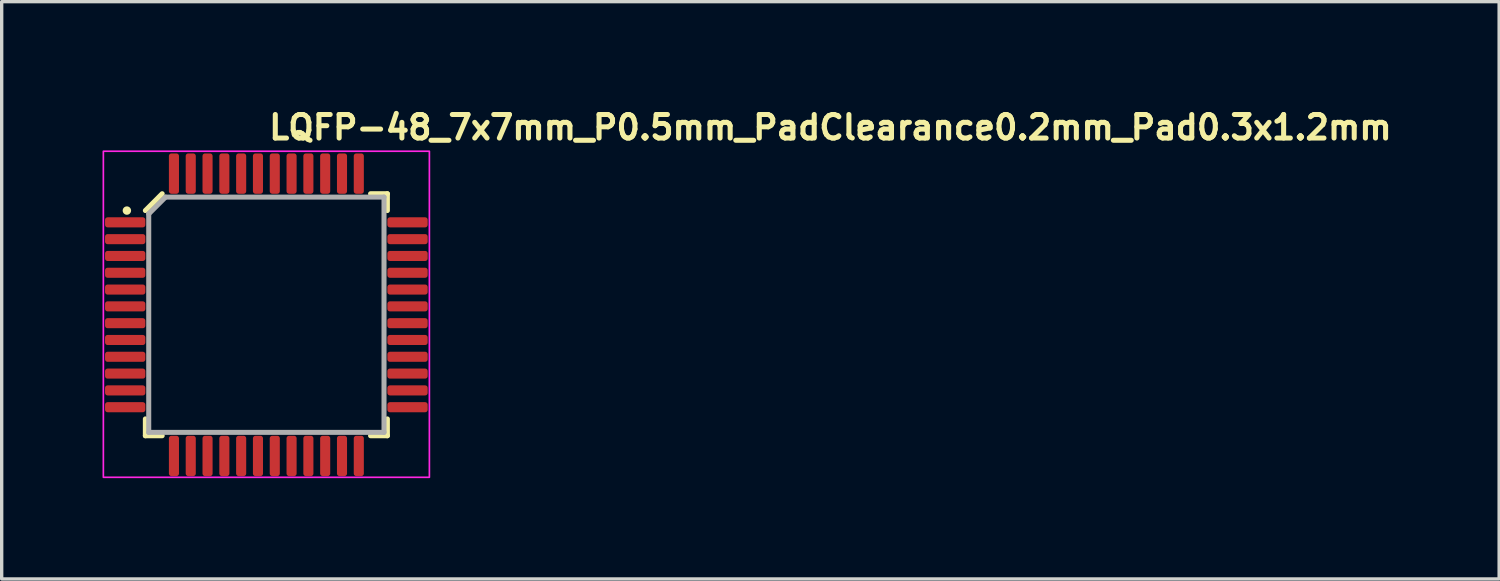
<source format=kicad_pcb>
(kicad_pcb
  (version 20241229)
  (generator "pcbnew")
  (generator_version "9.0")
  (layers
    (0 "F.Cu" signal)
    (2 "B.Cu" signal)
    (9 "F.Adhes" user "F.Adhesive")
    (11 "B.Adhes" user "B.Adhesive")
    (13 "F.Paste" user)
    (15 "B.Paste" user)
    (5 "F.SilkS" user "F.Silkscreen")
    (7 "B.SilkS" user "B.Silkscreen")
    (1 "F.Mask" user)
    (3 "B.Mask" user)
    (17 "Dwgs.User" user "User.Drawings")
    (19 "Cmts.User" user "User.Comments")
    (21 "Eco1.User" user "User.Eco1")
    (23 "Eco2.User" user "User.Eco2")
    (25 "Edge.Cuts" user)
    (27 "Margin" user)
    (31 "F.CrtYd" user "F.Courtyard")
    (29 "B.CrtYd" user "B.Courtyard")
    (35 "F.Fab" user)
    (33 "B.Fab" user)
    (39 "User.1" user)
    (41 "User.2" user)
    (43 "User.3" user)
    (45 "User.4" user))
  (footprint "LQFP-48_7x7mm_P0.5mm_PadClearance0.2mm_Pad0.3x1.2mm"
    (layer "F.Cu")
    (at 4.875 6.25)
    (property "Reference" "LQFP-48_7x7mm_P0.5mm_PadClearance0.2mm_Pad0.3x1.2mm" (at 0 -5.1 0) (layer "F.SilkS") (effects (font (size 0.7 0.7) (thickness 0.15)) (justify left bottom)))
    (attr smd)
    (fp_line (start -3.6 3.164) (end -3.6 3.664) (stroke (width 0.15) (type solid)) (layer "F.SilkS"))
    (fp_line (start -3.6 3.664) (end -3.1 3.664) (stroke (width 0.15) (type solid)) (layer "F.SilkS"))
    (fp_line (start -3.1 -3.536) (end -3.6 -3.036) (stroke (width 0.15) (type solid)) (layer "F.SilkS"))
    (fp_line (start 3.1 -3.536) (end 3.6 -3.536) (stroke (width 0.15) (type solid)) (layer "F.SilkS"))
    (fp_line (start 3.6 -3.536) (end 3.6 -3.036) (stroke (width 0.15) (type solid)) (layer "F.SilkS"))
    (fp_line (start 3.6 3.164) (end 3.6 3.664) (stroke (width 0.15) (type solid)) (layer "F.SilkS"))
    (fp_line (start 3.6 3.664) (end 3.1 3.664) (stroke (width 0.15) (type solid)) (layer "F.SilkS"))
    (fp_circle (center -4.15 -3.035) (end -4.1 -3.035) (stroke (width 0.15) (type solid)) (fill yes) (layer "F.SilkS"))
    (fp_rect (start -4.85 -4.8) (end 4.85 4.9) (stroke (width 0.05) (type solid)) (fill no) (layer "F.CrtYd"))
    (fp_line (start -3.5 -2.936) (end -3.5 3.564) (stroke (width 0.15) (type solid)) (layer "F.Fab"))
    (fp_line (start -3.5 3.564) (end 3.5 3.564) (stroke (width 0.15) (type solid)) (layer "F.Fab"))
    (fp_line (start -3 -3.436) (end -3.5 -2.936) (stroke (width 0.15) (type solid)) (layer "F.Fab"))
    (fp_line (start -3 -3.436) (end 3.5 -3.436) (stroke (width 0.15) (type solid)) (layer "F.Fab"))
    (fp_line (start 3.5 -3.436) (end 3.5 3.564) (stroke (width 0.15) (type solid)) (layer "F.Fab"))
    (fp_rect (start -4.514 -4.436) (end 4.486 4.564) (stroke (width 0.1) (type solid)) (fill no) (layer "User.5"))
    (fp_line (start -4.514 -2.576) (end -4.514 -2.796) (stroke (width 0.02) (type solid)) (layer "User.9"))
    (fp_line (start -4.514 -2.576) (end -4.081 -2.576) (stroke (width 0.02) (type solid)) (layer "User.9"))
    (fp_line (start -4.514 -2.076) (end -4.514 -2.296) (stroke (width 0.02) (type solid)) (layer "User.9"))
    (fp_line (start -4.514 -2.076) (end -4.081 -2.076) (stroke (width 0.02) (type solid)) (layer "User.9"))
    (fp_line (start -4.514 -1.576) (end -4.514 -1.796) (stroke (width 0.02) (type solid)) (layer "User.9"))
    (fp_line (start -4.514 -1.576) (end -4.081 -1.576) (stroke (width 0.02) (type solid)) (layer "User.9"))
    (fp_line (start -4.514 -1.076) (end -4.514 -1.296) (stroke (width 0.02) (type solid)) (layer "User.9"))
    (fp_line (start -4.514 -1.076) (end -4.081 -1.076) (stroke (width 0.02) (type solid)) (layer "User.9"))
    (fp_line (start -4.514 -0.576) (end -4.514 -0.796) (stroke (width 0.02) (type solid)) (layer "User.9"))
    (fp_line (start -4.514 -0.576) (end -4.081 -0.576) (stroke (width 0.02) (type solid)) (layer "User.9"))
    (fp_line (start -4.514 -0.075) (end -4.514 -0.296) (stroke (width 0.02) (type solid)) (layer "User.9"))
    (fp_line (start -4.514 -0.075) (end -4.081 -0.075) (stroke (width 0.02) (type solid)) (layer "User.9"))
    (fp_line (start -4.514 0.424) (end -4.514 0.204) (stroke (width 0.02) (type solid)) (layer "User.9"))
    (fp_line (start -4.514 0.424) (end -4.081 0.424) (stroke (width 0.02) (type solid)) (layer "User.9"))
    (fp_line (start -4.514 0.924) (end -4.514 0.704) (stroke (width 0.02) (type solid)) (layer "User.9"))
    (fp_line (start -4.514 0.924) (end -4.081 0.924) (stroke (width 0.02) (type solid)) (layer "User.9"))
    (fp_line (start -4.514 1.424) (end -4.514 1.204) (stroke (width 0.02) (type solid)) (layer "User.9"))
    (fp_line (start -4.514 1.424) (end -4.081 1.424) (stroke (width 0.02) (type solid)) (layer "User.9"))
    (fp_line (start -4.514 1.924) (end -4.514 1.704) (stroke (width 0.02) (type solid)) (layer "User.9"))
    (fp_line (start -4.514 1.924) (end -4.081 1.924) (stroke (width 0.02) (type solid)) (layer "User.9"))
    (fp_line (start -4.514 2.424) (end -4.514 2.204) (stroke (width 0.02) (type solid)) (layer "User.9"))
    (fp_line (start -4.514 2.424) (end -4.081 2.424) (stroke (width 0.02) (type solid)) (layer "User.9"))
    (fp_line (start -4.514 2.924) (end -4.514 2.704) (stroke (width 0.02) (type solid)) (layer "User.9"))
    (fp_line (start -4.514 2.924) (end -4.081 2.924) (stroke (width 0.02) (type solid)) (layer "User.9"))
    (fp_line (start -4.085 -0.292) (end -4.08 -0.292) (stroke (width 0.02) (type solid)) (layer "User.9"))
    (fp_line (start -4.081 -2.796) (end -4.514 -2.796) (stroke (width 0.02) (type solid)) (layer "User.9"))
    (fp_line (start -4.081 -2.796) (end -4.081 -2.576) (stroke (width 0.02) (type solid)) (layer "User.9"))
    (fp_line (start -4.081 -2.576) (end -3.832 -2.576) (stroke (width 0.02) (type solid)) (layer "User.9"))
    (fp_line (start -4.081 -2.296) (end -4.514 -2.296) (stroke (width 0.02) (type solid)) (layer "User.9"))
    (fp_line (start -4.081 -2.296) (end -4.081 -2.076) (stroke (width 0.02) (type solid)) (layer "User.9"))
    (fp_line (start -4.081 -2.076) (end -3.832 -2.076) (stroke (width 0.02) (type solid)) (layer "User.9"))
    (fp_line (start -4.081 -1.796) (end -4.514 -1.796) (stroke (width 0.02) (type solid)) (layer "User.9"))
    (fp_line (start -4.081 -1.796) (end -4.081 -1.576) (stroke (width 0.02) (type solid)) (layer "User.9"))
    (fp_line (start -4.081 -1.576) (end -3.832 -1.576) (stroke (width 0.02) (type solid)) (layer "User.9"))
    (fp_line (start -4.081 -1.296) (end -4.514 -1.296) (stroke (width 0.02) (type solid)) (layer "User.9"))
    (fp_line (start -4.081 -1.296) (end -4.081 -1.076) (stroke (width 0.02) (type solid)) (layer "User.9"))
    (fp_line (start -4.081 -1.076) (end -3.832 -1.076) (stroke (width 0.02) (type solid)) (layer "User.9"))
    (fp_line (start -4.081 -0.796) (end -4.514 -0.796) (stroke (width 0.02) (type solid)) (layer "User.9"))
    (fp_line (start -4.081 -0.796) (end -4.081 -0.576) (stroke (width 0.02) (type solid)) (layer "User.9"))
    (fp_line (start -4.081 -0.576) (end -3.832 -0.576) (stroke (width 0.02) (type solid)) (layer "User.9"))
    (fp_line (start -4.081 -0.296) (end -4.514 -0.296) (stroke (width 0.02) (type solid)) (layer "User.9"))
    (fp_line (start -4.081 -0.296) (end -4.081 -0.292) (stroke (width 0.02) (type solid)) (layer "User.9"))
    (fp_line (start -4.081 -0.079) (end -4.081 -0.075) (stroke (width 0.02) (type solid)) (layer "User.9"))
    (fp_line (start -4.081 -0.075) (end -3.832 -0.075) (stroke (width 0.02) (type solid)) (layer "User.9"))
    (fp_line (start -4.081 0.204) (end -4.514 0.204) (stroke (width 0.02) (type solid)) (layer "User.9"))
    (fp_line (start -4.081 0.204) (end -4.081 0.424) (stroke (width 0.02) (type solid)) (layer "User.9"))
    (fp_line (start -4.081 0.424) (end -3.832 0.424) (stroke (width 0.02) (type solid)) (layer "User.9"))
    (fp_line (start -4.081 0.704) (end -4.514 0.704) (stroke (width 0.02) (type solid)) (layer "User.9"))
    (fp_line (start -4.081 0.704) (end -4.081 0.924) (stroke (width 0.02) (type solid)) (layer "User.9"))
    (fp_line (start -4.081 0.924) (end -3.832 0.924) (stroke (width 0.02) (type solid)) (layer "User.9"))
    (fp_line (start -4.081 1.204) (end -4.514 1.204) (stroke (width 0.02) (type solid)) (layer "User.9"))
    (fp_line (start -4.081 1.204) (end -4.081 1.424) (stroke (width 0.02) (type solid)) (layer "User.9"))
    (fp_line (start -4.081 1.424) (end -3.832 1.424) (stroke (width 0.02) (type solid)) (layer "User.9"))
    (fp_line (start -4.081 1.704) (end -4.514 1.704) (stroke (width 0.02) (type solid)) (layer "User.9"))
    (fp_line (start -4.081 1.704) (end -4.081 1.924) (stroke (width 0.02) (type solid)) (layer "User.9"))
    (fp_line (start -4.081 1.924) (end -3.832 1.924) (stroke (width 0.02) (type solid)) (layer "User.9"))
    (fp_line (start -4.081 2.204) (end -4.514 2.204) (stroke (width 0.02) (type solid)) (layer "User.9"))
    (fp_line (start -4.081 2.204) (end -4.081 2.424) (stroke (width 0.02) (type solid)) (layer "User.9"))
    (fp_line (start -4.081 2.424) (end -3.832 2.424) (stroke (width 0.02) (type solid)) (layer "User.9"))
    (fp_line (start -4.081 2.704) (end -4.514 2.704) (stroke (width 0.02) (type solid)) (layer "User.9"))
    (fp_line (start -4.081 2.704) (end -4.081 2.924) (stroke (width 0.02) (type solid)) (layer "User.9"))
    (fp_line (start -4.081 2.924) (end -3.832 2.924) (stroke (width 0.02) (type solid)) (layer "User.9"))
    (fp_line (start -4.08 -0.079) (end -4.085 -0.079) (stroke (width 0.02) (type solid)) (layer "User.9"))
    (fp_line (start -3.832 -2.796) (end -4.081 -2.796) (stroke (width 0.02) (type solid)) (layer "User.9"))
    (fp_line (start -3.832 -2.576) (end -3.647 -2.576) (stroke (width 0.02) (type solid)) (layer "User.9"))
    (fp_line (start -3.832 -2.296) (end -4.081 -2.296) (stroke (width 0.02) (type solid)) (layer "User.9"))
    (fp_line (start -3.832 -2.076) (end -3.647 -2.076) (stroke (width 0.02) (type solid)) (layer "User.9"))
    (fp_line (start -3.832 -1.796) (end -4.081 -1.796) (stroke (width 0.02) (type solid)) (layer "User.9"))
    (fp_line (start -3.832 -1.576) (end -3.647 -1.576) (stroke (width 0.02) (type solid)) (layer "User.9"))
    (fp_line (start -3.832 -1.296) (end -4.081 -1.296) (stroke (width 0.02) (type solid)) (layer "User.9"))
    (fp_line (start -3.832 -1.076) (end -3.647 -1.076) (stroke (width 0.02) (type solid)) (layer "User.9"))
    (fp_line (start -3.832 -0.796) (end -4.081 -0.796) (stroke (width 0.02) (type solid)) (layer "User.9"))
    (fp_line (start -3.832 -0.576) (end -3.647 -0.576) (stroke (width 0.02) (type solid)) (layer "User.9"))
    (fp_line (start -3.832 -0.296) (end -4.081 -0.296) (stroke (width 0.02) (type solid)) (layer "User.9"))
    (fp_line (start -3.832 -0.075) (end -3.647 -0.075) (stroke (width 0.02) (type solid)) (layer "User.9"))
    (fp_line (start -3.832 0.204) (end -4.081 0.204) (stroke (width 0.02) (type solid)) (layer "User.9"))
    (fp_line (start -3.832 0.424) (end -3.647 0.424) (stroke (width 0.02) (type solid)) (layer "User.9"))
    (fp_line (start -3.832 0.704) (end -4.081 0.704) (stroke (width 0.02) (type solid)) (layer "User.9"))
    (fp_line (start -3.832 0.924) (end -3.647 0.924) (stroke (width 0.02) (type solid)) (layer "User.9"))
    (fp_line (start -3.832 1.204) (end -4.081 1.204) (stroke (width 0.02) (type solid)) (layer "User.9"))
    (fp_line (start -3.832 1.424) (end -3.647 1.424) (stroke (width 0.02) (type solid)) (layer "User.9"))
    (fp_line (start -3.832 1.704) (end -4.081 1.704) (stroke (width 0.02) (type solid)) (layer "User.9"))
    (fp_line (start -3.832 1.924) (end -3.647 1.924) (stroke (width 0.02) (type solid)) (layer "User.9"))
    (fp_line (start -3.832 2.204) (end -4.081 2.204) (stroke (width 0.02) (type solid)) (layer "User.9"))
    (fp_line (start -3.832 2.424) (end -3.647 2.424) (stroke (width 0.02) (type solid)) (layer "User.9"))
    (fp_line (start -3.832 2.704) (end -4.081 2.704) (stroke (width 0.02) (type solid)) (layer "User.9"))
    (fp_line (start -3.832 2.924) (end -3.647 2.924) (stroke (width 0.02) (type solid)) (layer "User.9"))
    (fp_line (start -3.647 -2.796) (end -3.832 -2.796) (stroke (width 0.02) (type solid)) (layer "User.9"))
    (fp_line (start -3.647 -2.576) (end -3.514 -2.576) (stroke (width 0.02) (type solid)) (layer "User.9"))
    (fp_line (start -3.647 -2.296) (end -3.832 -2.296) (stroke (width 0.02) (type solid)) (layer "User.9"))
    (fp_line (start -3.647 -2.076) (end -3.514 -2.076) (stroke (width 0.02) (type solid)) (layer "User.9"))
    (fp_line (start -3.647 -1.796) (end -3.832 -1.796) (stroke (width 0.02) (type solid)) (layer "User.9"))
    (fp_line (start -3.647 -1.576) (end -3.514 -1.576) (stroke (width 0.02) (type solid)) (layer "User.9"))
    (fp_line (start -3.647 -1.296) (end -3.832 -1.296) (stroke (width 0.02) (type solid)) (layer "User.9"))
    (fp_line (start -3.647 -1.076) (end -3.514 -1.076) (stroke (width 0.02) (type solid)) (layer "User.9"))
    (fp_line (start -3.647 -0.796) (end -3.832 -0.796) (stroke (width 0.02) (type solid)) (layer "User.9"))
    (fp_line (start -3.647 -0.576) (end -3.514 -0.576) (stroke (width 0.02) (type solid)) (layer "User.9"))
    (fp_line (start -3.647 -0.296) (end -3.832 -0.296) (stroke (width 0.02) (type solid)) (layer "User.9"))
    (fp_line (start -3.647 -0.075) (end -3.514 -0.075) (stroke (width 0.02) (type solid)) (layer "User.9"))
    (fp_line (start -3.647 0.204) (end -3.832 0.204) (stroke (width 0.02) (type solid)) (layer "User.9"))
    (fp_line (start -3.647 0.424) (end -3.514 0.424) (stroke (width 0.02) (type solid)) (layer "User.9"))
    (fp_line (start -3.647 0.704) (end -3.832 0.704) (stroke (width 0.02) (type solid)) (layer "User.9"))
    (fp_line (start -3.647 0.924) (end -3.514 0.924) (stroke (width 0.02) (type solid)) (layer "User.9"))
    (fp_line (start -3.647 1.204) (end -3.832 1.204) (stroke (width 0.02) (type solid)) (layer "User.9"))
    (fp_line (start -3.647 1.424) (end -3.514 1.424) (stroke (width 0.02) (type solid)) (layer "User.9"))
    (fp_line (start -3.647 1.704) (end -3.832 1.704) (stroke (width 0.02) (type solid)) (layer "User.9"))
    (fp_line (start -3.647 1.924) (end -3.514 1.924) (stroke (width 0.02) (type solid)) (layer "User.9"))
    (fp_line (start -3.647 2.204) (end -3.832 2.204) (stroke (width 0.02) (type solid)) (layer "User.9"))
    (fp_line (start -3.647 2.424) (end -3.514 2.424) (stroke (width 0.02) (type solid)) (layer "User.9"))
    (fp_line (start -3.647 2.704) (end -3.832 2.704) (stroke (width 0.02) (type solid)) (layer "User.9"))
    (fp_line (start -3.647 2.924) (end -3.514 2.924) (stroke (width 0.02) (type solid)) (layer "User.9"))
    (fp_line (start -3.514 -3.036) (end -3.514 3.564) (stroke (width 0.02) (type solid)) (layer "User.9"))
    (fp_line (start -3.514 -3.036) (end -3.114 -3.436) (stroke (width 0.02) (type solid)) (layer "User.9"))
    (fp_line (start -3.514 -2.796) (end -3.647 -2.796) (stroke (width 0.02) (type solid)) (layer "User.9"))
    (fp_line (start -3.514 -2.296) (end -3.647 -2.296) (stroke (width 0.02) (type solid)) (layer "User.9"))
    (fp_line (start -3.514 -1.796) (end -3.647 -1.796) (stroke (width 0.02) (type solid)) (layer "User.9"))
    (fp_line (start -3.514 -1.296) (end -3.647 -1.296) (stroke (width 0.02) (type solid)) (layer "User.9"))
    (fp_line (start -3.514 -0.796) (end -3.647 -0.796) (stroke (width 0.02) (type solid)) (layer "User.9"))
    (fp_line (start -3.514 -0.296) (end -3.647 -0.296) (stroke (width 0.02) (type solid)) (layer "User.9"))
    (fp_line (start -3.514 0.204) (end -3.647 0.204) (stroke (width 0.02) (type solid)) (layer "User.9"))
    (fp_line (start -3.514 0.704) (end -3.647 0.704) (stroke (width 0.02) (type solid)) (layer "User.9"))
    (fp_line (start -3.514 1.204) (end -3.647 1.204) (stroke (width 0.02) (type solid)) (layer "User.9"))
    (fp_line (start -3.514 1.704) (end -3.647 1.704) (stroke (width 0.02) (type solid)) (layer "User.9"))
    (fp_line (start -3.514 2.204) (end -3.647 2.204) (stroke (width 0.02) (type solid)) (layer "User.9"))
    (fp_line (start -3.514 2.704) (end -3.647 2.704) (stroke (width 0.02) (type solid)) (layer "User.9"))
    (fp_line (start -3.514 3.564) (end 3.486 3.564) (stroke (width 0.02) (type solid)) (layer "User.9"))
    (fp_line (start -3.339 -2.963) (end -3.514 -3.036) (stroke (width 0.02) (type solid)) (layer "User.9"))
    (fp_line (start -3.339 3.389) (end -3.514 3.564) (stroke (width 0.02) (type solid)) (layer "User.9"))
    (fp_line (start -3.339 3.389) (end -3.339 -2.963) (stroke (width 0.02) (type solid)) (layer "User.9"))
    (fp_line (start -3.114 -3.436) (end -3.041 -3.26) (stroke (width 0.02) (type solid)) (layer "User.9"))
    (fp_line (start -3.041 -3.26) (end -3.339 -2.963) (stroke (width 0.02) (type solid)) (layer "User.9"))
    (fp_line (start -3.041 -3.26) (end 3.311 -3.26) (stroke (width 0.02) (type solid)) (layer "User.9"))
    (fp_line (start -2.964 -2.636) (end -2.963 -2.652) (stroke (width 0.02) (type solid)) (layer "User.9"))
    (fp_line (start -2.964 -2.627) (end -2.964 -2.636) (stroke (width 0.02) (type solid)) (layer "User.9"))
    (fp_line (start -2.963 -2.652) (end -2.962 -2.669) (stroke (width 0.02) (type solid)) (layer "User.9"))
    (fp_line (start -2.963 -2.619) (end -2.964 -2.627) (stroke (width 0.02) (type solid)) (layer "User.9"))
    (fp_line (start -2.963 -2.611) (end -2.963 -2.619) (stroke (width 0.02) (type solid)) (layer "User.9"))
    (fp_line (start -2.962 -2.669) (end -2.959 -2.685) (stroke (width 0.02) (type solid)) (layer "User.9"))
    (fp_line (start -2.962 -2.602) (end -2.963 -2.611) (stroke (width 0.02) (type solid)) (layer "User.9"))
    (fp_line (start -2.961 -2.594) (end -2.962 -2.602) (stroke (width 0.02) (type solid)) (layer "User.9"))
    (fp_line (start -2.959 -2.685) (end -2.955 -2.701) (stroke (width 0.02) (type solid)) (layer "User.9"))
    (fp_line (start -2.959 -2.586) (end -2.961 -2.594) (stroke (width 0.02) (type solid)) (layer "User.9"))
    (fp_line (start -2.957 -2.578) (end -2.959 -2.586) (stroke (width 0.02) (type solid)) (layer "User.9"))
    (fp_line (start -2.955 -2.701) (end -2.951 -2.716) (stroke (width 0.02) (type solid)) (layer "User.9"))
    (fp_line (start -2.955 -2.57) (end -2.957 -2.578) (stroke (width 0.02) (type solid)) (layer "User.9"))
    (fp_line (start -2.953 -2.562) (end -2.955 -2.57) (stroke (width 0.02) (type solid)) (layer "User.9"))
    (fp_line (start -2.951 -2.716) (end -2.945 -2.731) (stroke (width 0.02) (type solid)) (layer "User.9"))
    (fp_line (start -2.951 -2.555) (end -2.953 -2.562) (stroke (width 0.02) (type solid)) (layer "User.9"))
    (fp_line (start -2.948 -2.547) (end -2.951 -2.555) (stroke (width 0.02) (type solid)) (layer "User.9"))
    (fp_line (start -2.945 -2.731) (end -2.938 -2.746) (stroke (width 0.02) (type solid)) (layer "User.9"))
    (fp_line (start -2.945 -2.54) (end -2.948 -2.547) (stroke (width 0.02) (type solid)) (layer "User.9"))
    (fp_line (start -2.942 -2.532) (end -2.945 -2.54) (stroke (width 0.02) (type solid)) (layer "User.9"))
    (fp_line (start -2.938 -2.746) (end -2.931 -2.76) (stroke (width 0.02) (type solid)) (layer "User.9"))
    (fp_line (start -2.938 -2.525) (end -2.942 -2.532) (stroke (width 0.02) (type solid)) (layer "User.9"))
    (fp_line (start -2.934 -2.518) (end -2.938 -2.525) (stroke (width 0.02) (type solid)) (layer "User.9"))
    (fp_line (start -2.931 -2.76) (end -2.922 -2.774) (stroke (width 0.02) (type solid)) (layer "User.9"))
    (fp_line (start -2.931 -2.51) (end -2.934 -2.518) (stroke (width 0.02) (type solid)) (layer "User.9"))
    (fp_line (start -2.926 -2.504) (end -2.931 -2.51) (stroke (width 0.02) (type solid)) (layer "User.9"))
    (fp_line (start -2.922 -2.774) (end -2.913 -2.787) (stroke (width 0.02) (type solid)) (layer "User.9"))
    (fp_line (start -2.922 -2.497) (end -2.926 -2.504) (stroke (width 0.02) (type solid)) (layer "User.9"))
    (fp_line (start -2.917 -2.49) (end -2.922 -2.497) (stroke (width 0.02) (type solid)) (layer "User.9"))
    (fp_line (start -2.913 -2.787) (end -2.902 -2.8) (stroke (width 0.02) (type solid)) (layer "User.9"))
    (fp_line (start -2.913 -2.484) (end -2.917 -2.49) (stroke (width 0.02) (type solid)) (layer "User.9"))
    (fp_line (start -2.908 -2.477) (end -2.913 -2.484) (stroke (width 0.02) (type solid)) (layer "User.9"))
    (fp_line (start -2.902 -2.8) (end -2.891 -2.812) (stroke (width 0.02) (type solid)) (layer "User.9"))
    (fp_line (start -2.902 -2.471) (end -2.908 -2.477) (stroke (width 0.02) (type solid)) (layer "User.9"))
    (fp_line (start -2.897 -2.465) (end -2.902 -2.471) (stroke (width 0.02) (type solid)) (layer "User.9"))
    (fp_line (start -2.891 -2.812) (end -2.879 -2.823) (stroke (width 0.02) (type solid)) (layer "User.9"))
    (fp_line (start -2.891 -2.459) (end -2.897 -2.465) (stroke (width 0.02) (type solid)) (layer "User.9"))
    (fp_line (start -2.885 -2.453) (end -2.891 -2.459) (stroke (width 0.02) (type solid)) (layer "User.9"))
    (fp_line (start -2.879 -2.823) (end -2.867 -2.834) (stroke (width 0.02) (type solid)) (layer "User.9"))
    (fp_line (start -2.879 -2.448) (end -2.885 -2.453) (stroke (width 0.02) (type solid)) (layer "User.9"))
    (fp_line (start -2.874 -4.436) (end -2.874 -4.003) (stroke (width 0.02) (type solid)) (layer "User.9"))
    (fp_line (start -2.874 -4.436) (end -2.654 -4.436) (stroke (width 0.02) (type solid)) (layer "User.9"))
    (fp_line (start -2.874 -4.003) (end -2.874 -3.753) (stroke (width 0.02) (type solid)) (layer "User.9"))
    (fp_line (start -2.874 -3.753) (end -2.874 -3.568) (stroke (width 0.02) (type solid)) (layer "User.9"))
    (fp_line (start -2.874 -3.568) (end -2.874 -3.436) (stroke (width 0.02) (type solid)) (layer "User.9"))
    (fp_line (start -2.874 3.697) (end -2.874 3.564) (stroke (width 0.02) (type solid)) (layer "User.9"))
    (fp_line (start -2.874 3.882) (end -2.874 3.697) (stroke (width 0.02) (type solid)) (layer "User.9"))
    (fp_line (start -2.874 4.132) (end -2.874 3.882) (stroke (width 0.02) (type solid)) (layer "User.9"))
    (fp_line (start -2.874 4.564) (end -2.874 4.132) (stroke (width 0.02) (type solid)) (layer "User.9"))
    (fp_line (start -2.874 4.564) (end -2.654 4.564) (stroke (width 0.02) (type solid)) (layer "User.9"))
    (fp_line (start -2.873 -2.443) (end -2.879 -2.448) (stroke (width 0.02) (type solid)) (layer "User.9"))
    (fp_line (start -2.867 -2.834) (end -2.853 -2.843) (stroke (width 0.02) (type solid)) (layer "User.9"))
    (fp_line (start -2.867 -2.437) (end -2.873 -2.443) (stroke (width 0.02) (type solid)) (layer "User.9"))
    (fp_line (start -2.86 -2.433) (end -2.867 -2.437) (stroke (width 0.02) (type solid)) (layer "User.9"))
    (fp_line (start -2.853 -2.843) (end -2.839 -2.852) (stroke (width 0.02) (type solid)) (layer "User.9"))
    (fp_line (start -2.853 -2.428) (end -2.86 -2.433) (stroke (width 0.02) (type solid)) (layer "User.9"))
    (fp_line (start -2.846 -2.423) (end -2.853 -2.428) (stroke (width 0.02) (type solid)) (layer "User.9"))
    (fp_line (start -2.839 -2.852) (end -2.839 -2.852) (stroke (width 0.02) (type solid)) (layer "User.9"))
    (fp_line (start -2.839 -2.852) (end -2.824 -2.86) (stroke (width 0.02) (type solid)) (layer "User.9"))
    (fp_line (start -2.839 -2.419) (end -2.846 -2.423) (stroke (width 0.02) (type solid)) (layer "User.9"))
    (fp_line (start -2.839 -2.419) (end -2.839 -2.419) (stroke (width 0.02) (type solid)) (layer "User.9"))
    (fp_line (start -2.824 -2.86) (end -2.809 -2.867) (stroke (width 0.02) (type solid)) (layer "User.9"))
    (fp_line (start -2.824 -2.411) (end -2.839 -2.419) (stroke (width 0.02) (type solid)) (layer "User.9"))
    (fp_line (start -2.809 -2.867) (end -2.794 -2.872) (stroke (width 0.02) (type solid)) (layer "User.9"))
    (fp_line (start -2.809 -2.404) (end -2.824 -2.411) (stroke (width 0.02) (type solid)) (layer "User.9"))
    (fp_line (start -2.794 -2.872) (end -2.778 -2.877) (stroke (width 0.02) (type solid)) (layer "User.9"))
    (fp_line (start -2.794 -2.399) (end -2.809 -2.404) (stroke (width 0.02) (type solid)) (layer "User.9"))
    (fp_line (start -2.778 -2.877) (end -2.762 -2.881) (stroke (width 0.02) (type solid)) (layer "User.9"))
    (fp_line (start -2.778 -2.394) (end -2.794 -2.399) (stroke (width 0.02) (type solid)) (layer "User.9"))
    (fp_line (start -2.762 -2.881) (end -2.746 -2.883) (stroke (width 0.02) (type solid)) (layer "User.9"))
    (fp_line (start -2.762 -2.39) (end -2.778 -2.394) (stroke (width 0.02) (type solid)) (layer "User.9"))
    (fp_line (start -2.746 -2.883) (end -2.73 -2.885) (stroke (width 0.02) (type solid)) (layer "User.9"))
    (fp_line (start -2.746 -2.388) (end -2.762 -2.39) (stroke (width 0.02) (type solid)) (layer "User.9"))
    (fp_line (start -2.73 -2.885) (end -2.714 -2.886) (stroke (width 0.02) (type solid)) (layer "User.9"))
    (fp_line (start -2.73 -2.386) (end -2.746 -2.388) (stroke (width 0.02) (type solid)) (layer "User.9"))
    (fp_line (start -2.714 -2.886) (end -2.698 -2.885) (stroke (width 0.02) (type solid)) (layer "User.9"))
    (fp_line (start -2.714 -2.386) (end -2.73 -2.386) (stroke (width 0.02) (type solid)) (layer "User.9"))
    (fp_line (start -2.698 -2.885) (end -2.682 -2.883) (stroke (width 0.02) (type solid)) (layer "User.9"))
    (fp_line (start -2.698 -2.386) (end -2.714 -2.386) (stroke (width 0.02) (type solid)) (layer "User.9"))
    (fp_line (start -2.682 -2.883) (end -2.666 -2.881) (stroke (width 0.02) (type solid)) (layer "User.9"))
    (fp_line (start -2.682 -2.388) (end -2.698 -2.386) (stroke (width 0.02) (type solid)) (layer "User.9"))
    (fp_line (start -2.666 -2.881) (end -2.65 -2.877) (stroke (width 0.02) (type solid)) (layer "User.9"))
    (fp_line (start -2.666 -2.39) (end -2.682 -2.388) (stroke (width 0.02) (type solid)) (layer "User.9"))
    (fp_line (start -2.654 -4.003) (end -2.874 -4.003) (stroke (width 0.02) (type solid)) (layer "User.9"))
    (fp_line (start -2.654 -4.003) (end -2.654 -4.436) (stroke (width 0.02) (type solid)) (layer "User.9"))
    (fp_line (start -2.654 -3.753) (end -2.654 -4.003) (stroke (width 0.02) (type solid)) (layer "User.9"))
    (fp_line (start -2.654 -3.568) (end -2.654 -3.753) (stroke (width 0.02) (type solid)) (layer "User.9"))
    (fp_line (start -2.654 -3.436) (end -2.654 -3.568) (stroke (width 0.02) (type solid)) (layer "User.9"))
    (fp_line (start -2.654 3.564) (end -2.654 3.697) (stroke (width 0.02) (type solid)) (layer "User.9"))
    (fp_line (start -2.654 3.697) (end -2.654 3.882) (stroke (width 0.02) (type solid)) (layer "User.9"))
    (fp_line (start -2.654 3.882) (end -2.654 4.132) (stroke (width 0.02) (type solid)) (layer "User.9"))
    (fp_line (start -2.654 4.132) (end -2.874 4.132) (stroke (width 0.02) (type solid)) (layer "User.9"))
    (fp_line (start -2.654 4.132) (end -2.654 4.564) (stroke (width 0.02) (type solid)) (layer "User.9"))
    (fp_line (start -2.65 -2.877) (end -2.634 -2.872) (stroke (width 0.02) (type solid)) (layer "User.9"))
    (fp_line (start -2.65 -2.394) (end -2.666 -2.39) (stroke (width 0.02) (type solid)) (layer "User.9"))
    (fp_line (start -2.634 -2.872) (end -2.619 -2.867) (stroke (width 0.02) (type solid)) (layer "User.9"))
    (fp_line (start -2.634 -2.399) (end -2.65 -2.394) (stroke (width 0.02) (type solid)) (layer "User.9"))
    (fp_line (start -2.619 -2.867) (end -2.604 -2.86) (stroke (width 0.02) (type solid)) (layer "User.9"))
    (fp_line (start -2.619 -2.404) (end -2.634 -2.399) (stroke (width 0.02) (type solid)) (layer "User.9"))
    (fp_line (start -2.604 -2.86) (end -2.589 -2.852) (stroke (width 0.02) (type solid)) (layer "User.9"))
    (fp_line (start -2.604 -2.411) (end -2.619 -2.404) (stroke (width 0.02) (type solid)) (layer "User.9"))
    (fp_line (start -2.589 -2.852) (end -2.589 -2.852) (stroke (width 0.02) (type solid)) (layer "User.9"))
    (fp_line (start -2.589 -2.852) (end -2.582 -2.848) (stroke (width 0.02) (type solid)) (layer "User.9"))
    (fp_line (start -2.589 -2.419) (end -2.604 -2.411) (stroke (width 0.02) (type solid)) (layer "User.9"))
    (fp_line (start -2.589 -2.419) (end -2.589 -2.419) (stroke (width 0.02) (type solid)) (layer "User.9"))
    (fp_line (start -2.582 -2.848) (end -2.575 -2.843) (stroke (width 0.02) (type solid)) (layer "User.9"))
    (fp_line (start -2.575 -2.843) (end -2.568 -2.838) (stroke (width 0.02) (type solid)) (layer "User.9"))
    (fp_line (start -2.575 -2.428) (end -2.589 -2.419) (stroke (width 0.02) (type solid)) (layer "User.9"))
    (fp_line (start -2.568 -2.838) (end -2.561 -2.834) (stroke (width 0.02) (type solid)) (layer "User.9"))
    (fp_line (start -2.561 -2.834) (end -2.555 -2.828) (stroke (width 0.02) (type solid)) (layer "User.9"))
    (fp_line (start -2.561 -2.437) (end -2.575 -2.428) (stroke (width 0.02) (type solid)) (layer "User.9"))
    (fp_line (start -2.555 -2.828) (end -2.549 -2.823) (stroke (width 0.02) (type solid)) (layer "User.9"))
    (fp_line (start -2.549 -2.823) (end -2.543 -2.818) (stroke (width 0.02) (type solid)) (layer "User.9"))
    (fp_line (start -2.549 -2.448) (end -2.561 -2.437) (stroke (width 0.02) (type solid)) (layer "User.9"))
    (fp_line (start -2.543 -2.818) (end -2.537 -2.812) (stroke (width 0.02) (type solid)) (layer "User.9"))
    (fp_line (start -2.537 -2.812) (end -2.531 -2.806) (stroke (width 0.02) (type solid)) (layer "User.9"))
    (fp_line (start -2.537 -2.459) (end -2.549 -2.448) (stroke (width 0.02) (type solid)) (layer "User.9"))
    (fp_line (start -2.531 -2.806) (end -2.526 -2.8) (stroke (width 0.02) (type solid)) (layer "User.9"))
    (fp_line (start -2.526 -2.8) (end -2.52 -2.794) (stroke (width 0.02) (type solid)) (layer "User.9"))
    (fp_line (start -2.526 -2.471) (end -2.537 -2.459) (stroke (width 0.02) (type solid)) (layer "User.9"))
    (fp_line (start -2.52 -2.794) (end -2.515 -2.787) (stroke (width 0.02) (type solid)) (layer "User.9"))
    (fp_line (start -2.515 -2.787) (end -2.511 -2.781) (stroke (width 0.02) (type solid)) (layer "User.9"))
    (fp_line (start -2.515 -2.484) (end -2.526 -2.471) (stroke (width 0.02) (type solid)) (layer "User.9"))
    (fp_line (start -2.511 -2.781) (end -2.506 -2.774) (stroke (width 0.02) (type solid)) (layer "User.9"))
    (fp_line (start -2.506 -2.774) (end -2.502 -2.767) (stroke (width 0.02) (type solid)) (layer "User.9"))
    (fp_line (start -2.506 -2.497) (end -2.515 -2.484) (stroke (width 0.02) (type solid)) (layer "User.9"))
    (fp_line (start -2.502 -2.767) (end -2.497 -2.76) (stroke (width 0.02) (type solid)) (layer "User.9"))
    (fp_line (start -2.497 -2.76) (end -2.494 -2.753) (stroke (width 0.02) (type solid)) (layer "User.9"))
    (fp_line (start -2.497 -2.51) (end -2.506 -2.497) (stroke (width 0.02) (type solid)) (layer "User.9"))
    (fp_line (start -2.494 -2.753) (end -2.49 -2.746) (stroke (width 0.02) (type solid)) (layer "User.9"))
    (fp_line (start -2.49 -2.746) (end -2.486 -2.739) (stroke (width 0.02) (type solid)) (layer "User.9"))
    (fp_line (start -2.49 -2.525) (end -2.497 -2.51) (stroke (width 0.02) (type solid)) (layer "User.9"))
    (fp_line (start -2.486 -2.739) (end -2.483 -2.731) (stroke (width 0.02) (type solid)) (layer "User.9"))
    (fp_line (start -2.483 -2.731) (end -2.48 -2.724) (stroke (width 0.02) (type solid)) (layer "User.9"))
    (fp_line (start -2.483 -2.54) (end -2.49 -2.525) (stroke (width 0.02) (type solid)) (layer "User.9"))
    (fp_line (start -2.48 -2.724) (end -2.477 -2.716) (stroke (width 0.02) (type solid)) (layer "User.9"))
    (fp_line (start -2.477 -2.716) (end -2.475 -2.709) (stroke (width 0.02) (type solid)) (layer "User.9"))
    (fp_line (start -2.477 -2.555) (end -2.483 -2.54) (stroke (width 0.02) (type solid)) (layer "User.9"))
    (fp_line (start -2.475 -2.709) (end -2.473 -2.701) (stroke (width 0.02) (type solid)) (layer "User.9"))
    (fp_line (start -2.473 -2.701) (end -2.471 -2.693) (stroke (width 0.02) (type solid)) (layer "User.9"))
    (fp_line (start -2.473 -2.57) (end -2.477 -2.555) (stroke (width 0.02) (type solid)) (layer "User.9"))
    (fp_line (start -2.471 -2.693) (end -2.469 -2.685) (stroke (width 0.02) (type solid)) (layer "User.9"))
    (fp_line (start -2.469 -2.685) (end -2.467 -2.677) (stroke (width 0.02) (type solid)) (layer "User.9"))
    (fp_line (start -2.469 -2.586) (end -2.473 -2.57) (stroke (width 0.02) (type solid)) (layer "User.9"))
    (fp_line (start -2.467 -2.677) (end -2.466 -2.669) (stroke (width 0.02) (type solid)) (layer "User.9"))
    (fp_line (start -2.466 -2.669) (end -2.465 -2.66) (stroke (width 0.02) (type solid)) (layer "User.9"))
    (fp_line (start -2.466 -2.602) (end -2.469 -2.586) (stroke (width 0.02) (type solid)) (layer "User.9"))
    (fp_line (start -2.465 -2.66) (end -2.465 -2.652) (stroke (width 0.02) (type solid)) (layer "User.9"))
    (fp_line (start -2.465 -2.652) (end -2.464 -2.644) (stroke (width 0.02) (type solid)) (layer "User.9"))
    (fp_line (start -2.465 -2.619) (end -2.466 -2.602) (stroke (width 0.02) (type solid)) (layer "User.9"))
    (fp_line (start -2.464 -2.644) (end -2.464 -2.636) (stroke (width 0.02) (type solid)) (layer "User.9"))
    (fp_line (start -2.464 -2.636) (end -2.465 -2.619) (stroke (width 0.02) (type solid)) (layer "User.9"))
    (fp_line (start -2.374 -4.436) (end -2.374 -4.003) (stroke (width 0.02) (type solid)) (layer "User.9"))
    (fp_line (start -2.374 -4.436) (end -2.154 -4.436) (stroke (width 0.02) (type solid)) (layer "User.9"))
    (fp_line (start -2.374 -4.003) (end -2.374 -3.753) (stroke (width 0.02) (type solid)) (layer "User.9"))
    (fp_line (start -2.374 -3.753) (end -2.374 -3.568) (stroke (width 0.02) (type solid)) (layer "User.9"))
    (fp_line (start -2.374 -3.568) (end -2.374 -3.436) (stroke (width 0.02) (type solid)) (layer "User.9"))
    (fp_line (start -2.374 3.697) (end -2.374 3.564) (stroke (width 0.02) (type solid)) (layer "User.9"))
    (fp_line (start -2.374 3.882) (end -2.374 3.697) (stroke (width 0.02) (type solid)) (layer "User.9"))
    (fp_line (start -2.374 4.132) (end -2.374 3.882) (stroke (width 0.02) (type solid)) (layer "User.9"))
    (fp_line (start -2.374 4.564) (end -2.374 4.132) (stroke (width 0.02) (type solid)) (layer "User.9"))
    (fp_line (start -2.374 4.564) (end -2.154 4.564) (stroke (width 0.02) (type solid)) (layer "User.9"))
    (fp_line (start -2.154 -4.003) (end -2.374 -4.003) (stroke (width 0.02) (type solid)) (layer "User.9"))
    (fp_line (start -2.154 -4.003) (end -2.154 -4.436) (stroke (width 0.02) (type solid)) (layer "User.9"))
    (fp_line (start -2.154 -3.753) (end -2.154 -4.003) (stroke (width 0.02) (type solid)) (layer "User.9"))
    (fp_line (start -2.154 -3.568) (end -2.154 -3.753) (stroke (width 0.02) (type solid)) (layer "User.9"))
    (fp_line (start -2.154 -3.436) (end -2.154 -3.568) (stroke (width 0.02) (type solid)) (layer "User.9"))
    (fp_line (start -2.154 3.564) (end -2.154 3.697) (stroke (width 0.02) (type solid)) (layer "User.9"))
    (fp_line (start -2.154 3.697) (end -2.154 3.882) (stroke (width 0.02) (type solid)) (layer "User.9"))
    (fp_line (start -2.154 3.882) (end -2.154 4.132) (stroke (width 0.02) (type solid)) (layer "User.9"))
    (fp_line (start -2.154 4.132) (end -2.374 4.132) (stroke (width 0.02) (type solid)) (layer "User.9"))
    (fp_line (start -2.154 4.132) (end -2.154 4.564) (stroke (width 0.02) (type solid)) (layer "User.9"))
    (fp_line (start -1.874 -4.436) (end -1.874 -4.003) (stroke (width 0.02) (type solid)) (layer "User.9"))
    (fp_line (start -1.874 -4.436) (end -1.654 -4.436) (stroke (width 0.02) (type solid)) (layer "User.9"))
    (fp_line (start -1.874 -4.003) (end -1.874 -3.753) (stroke (width 0.02) (type solid)) (layer "User.9"))
    (fp_line (start -1.874 -3.753) (end -1.874 -3.568) (stroke (width 0.02) (type solid)) (layer "User.9"))
    (fp_line (start -1.874 -3.568) (end -1.874 -3.436) (stroke (width 0.02) (type solid)) (layer "User.9"))
    (fp_line (start -1.874 3.697) (end -1.874 3.564) (stroke (width 0.02) (type solid)) (layer "User.9"))
    (fp_line (start -1.874 3.882) (end -1.874 3.697) (stroke (width 0.02) (type solid)) (layer "User.9"))
    (fp_line (start -1.874 4.132) (end -1.874 3.882) (stroke (width 0.02) (type solid)) (layer "User.9"))
    (fp_line (start -1.874 4.564) (end -1.874 4.132) (stroke (width 0.02) (type solid)) (layer "User.9"))
    (fp_line (start -1.874 4.564) (end -1.654 4.564) (stroke (width 0.02) (type solid)) (layer "User.9"))
    (fp_line (start -1.654 -4.003) (end -1.874 -4.003) (stroke (width 0.02) (type solid)) (layer "User.9"))
    (fp_line (start -1.654 -4.003) (end -1.654 -4.436) (stroke (width 0.02) (type solid)) (layer "User.9"))
    (fp_line (start -1.654 -3.753) (end -1.654 -4.003) (stroke (width 0.02) (type solid)) (layer "User.9"))
    (fp_line (start -1.654 -3.568) (end -1.654 -3.753) (stroke (width 0.02) (type solid)) (layer "User.9"))
    (fp_line (start -1.654 -3.436) (end -1.654 -3.568) (stroke (width 0.02) (type solid)) (layer "User.9"))
    (fp_line (start -1.654 3.564) (end -1.654 3.697) (stroke (width 0.02) (type solid)) (layer "User.9"))
    (fp_line (start -1.654 3.697) (end -1.654 3.882) (stroke (width 0.02) (type solid)) (layer "User.9"))
    (fp_line (start -1.654 3.882) (end -1.654 4.132) (stroke (width 0.02) (type solid)) (layer "User.9"))
    (fp_line (start -1.654 4.132) (end -1.874 4.132) (stroke (width 0.02) (type solid)) (layer "User.9"))
    (fp_line (start -1.654 4.132) (end -1.654 4.564) (stroke (width 0.02) (type solid)) (layer "User.9"))
    (fp_line (start -1.374 -4.436) (end -1.374 -4.003) (stroke (width 0.02) (type solid)) (layer "User.9"))
    (fp_line (start -1.374 -4.436) (end -1.154 -4.436) (stroke (width 0.02) (type solid)) (layer "User.9"))
    (fp_line (start -1.374 -4.003) (end -1.374 -3.753) (stroke (width 0.02) (type solid)) (layer "User.9"))
    (fp_line (start -1.374 -3.753) (end -1.374 -3.568) (stroke (width 0.02) (type solid)) (layer "User.9"))
    (fp_line (start -1.374 -3.568) (end -1.374 -3.436) (stroke (width 0.02) (type solid)) (layer "User.9"))
    (fp_line (start -1.374 3.697) (end -1.374 3.564) (stroke (width 0.02) (type solid)) (layer "User.9"))
    (fp_line (start -1.374 3.882) (end -1.374 3.697) (stroke (width 0.02) (type solid)) (layer "User.9"))
    (fp_line (start -1.374 4.132) (end -1.374 3.882) (stroke (width 0.02) (type solid)) (layer "User.9"))
    (fp_line (start -1.374 4.564) (end -1.374 4.132) (stroke (width 0.02) (type solid)) (layer "User.9"))
    (fp_line (start -1.374 4.564) (end -1.154 4.564) (stroke (width 0.02) (type solid)) (layer "User.9"))
    (fp_line (start -1.154 -4.003) (end -1.374 -4.003) (stroke (width 0.02) (type solid)) (layer "User.9"))
    (fp_line (start -1.154 -4.003) (end -1.154 -4.436) (stroke (width 0.02) (type solid)) (layer "User.9"))
    (fp_line (start -1.154 -3.753) (end -1.154 -4.003) (stroke (width 0.02) (type solid)) (layer "User.9"))
    (fp_line (start -1.154 -3.568) (end -1.154 -3.753) (stroke (width 0.02) (type solid)) (layer "User.9"))
    (fp_line (start -1.154 -3.436) (end -1.154 -3.568) (stroke (width 0.02) (type solid)) (layer "User.9"))
    (fp_line (start -1.154 3.564) (end -1.154 3.697) (stroke (width 0.02) (type solid)) (layer "User.9"))
    (fp_line (start -1.154 3.697) (end -1.154 3.882) (stroke (width 0.02) (type solid)) (layer "User.9"))
    (fp_line (start -1.154 3.882) (end -1.154 4.132) (stroke (width 0.02) (type solid)) (layer "User.9"))
    (fp_line (start -1.154 4.132) (end -1.374 4.132) (stroke (width 0.02) (type solid)) (layer "User.9"))
    (fp_line (start -1.154 4.132) (end -1.154 4.564) (stroke (width 0.02) (type solid)) (layer "User.9"))
    (fp_line (start -0.874 -4.436) (end -0.874 -4.003) (stroke (width 0.02) (type solid)) (layer "User.9"))
    (fp_line (start -0.874 -4.436) (end -0.654 -4.436) (stroke (width 0.02) (type solid)) (layer "User.9"))
    (fp_line (start -0.874 -4.003) (end -0.874 -3.753) (stroke (width 0.02) (type solid)) (layer "User.9"))
    (fp_line (start -0.874 -3.753) (end -0.874 -3.568) (stroke (width 0.02) (type solid)) (layer "User.9"))
    (fp_line (start -0.874 -3.568) (end -0.874 -3.436) (stroke (width 0.02) (type solid)) (layer "User.9"))
    (fp_line (start -0.874 3.697) (end -0.874 3.564) (stroke (width 0.02) (type solid)) (layer "User.9"))
    (fp_line (start -0.874 3.882) (end -0.874 3.697) (stroke (width 0.02) (type solid)) (layer "User.9"))
    (fp_line (start -0.874 4.132) (end -0.874 3.882) (stroke (width 0.02) (type solid)) (layer "User.9"))
    (fp_line (start -0.874 4.564) (end -0.874 4.132) (stroke (width 0.02) (type solid)) (layer "User.9"))
    (fp_line (start -0.874 4.564) (end -0.654 4.564) (stroke (width 0.02) (type solid)) (layer "User.9"))
    (fp_line (start -0.654 -4.003) (end -0.874 -4.003) (stroke (width 0.02) (type solid)) (layer "User.9"))
    (fp_line (start -0.654 -4.003) (end -0.654 -4.436) (stroke (width 0.02) (type solid)) (layer "User.9"))
    (fp_line (start -0.654 -3.753) (end -0.654 -4.003) (stroke (width 0.02) (type solid)) (layer "User.9"))
    (fp_line (start -0.654 -3.568) (end -0.654 -3.753) (stroke (width 0.02) (type solid)) (layer "User.9"))
    (fp_line (start -0.654 -3.436) (end -0.654 -3.568) (stroke (width 0.02) (type solid)) (layer "User.9"))
    (fp_line (start -0.654 3.564) (end -0.654 3.697) (stroke (width 0.02) (type solid)) (layer "User.9"))
    (fp_line (start -0.654 3.697) (end -0.654 3.882) (stroke (width 0.02) (type solid)) (layer "User.9"))
    (fp_line (start -0.654 3.882) (end -0.654 4.132) (stroke (width 0.02) (type solid)) (layer "User.9"))
    (fp_line (start -0.654 4.132) (end -0.874 4.132) (stroke (width 0.02) (type solid)) (layer "User.9"))
    (fp_line (start -0.654 4.132) (end -0.654 4.564) (stroke (width 0.02) (type solid)) (layer "User.9"))
    (fp_line (start -0.374 -4.436) (end -0.374 -4.003) (stroke (width 0.02) (type solid)) (layer "User.9"))
    (fp_line (start -0.374 -4.436) (end -0.154 -4.436) (stroke (width 0.02) (type solid)) (layer "User.9"))
    (fp_line (start -0.374 -4.003) (end -0.374 -3.753) (stroke (width 0.02) (type solid)) (layer "User.9"))
    (fp_line (start -0.374 -3.753) (end -0.374 -3.568) (stroke (width 0.02) (type solid)) (layer "User.9"))
    (fp_line (start -0.374 -3.568) (end -0.374 -3.436) (stroke (width 0.02) (type solid)) (layer "User.9"))
    (fp_line (start -0.374 3.697) (end -0.374 3.564) (stroke (width 0.02) (type solid)) (layer "User.9"))
    (fp_line (start -0.374 3.882) (end -0.374 3.697) (stroke (width 0.02) (type solid)) (layer "User.9"))
    (fp_line (start -0.374 4.132) (end -0.374 3.882) (stroke (width 0.02) (type solid)) (layer "User.9"))
    (fp_line (start -0.374 4.564) (end -0.374 4.132) (stroke (width 0.02) (type solid)) (layer "User.9"))
    (fp_line (start -0.374 4.564) (end -0.154 4.564) (stroke (width 0.02) (type solid)) (layer "User.9"))
    (fp_line (start -0.154 -4.003) (end -0.374 -4.003) (stroke (width 0.02) (type solid)) (layer "User.9"))
    (fp_line (start -0.154 -4.003) (end -0.154 -4.436) (stroke (width 0.02) (type solid)) (layer "User.9"))
    (fp_line (start -0.154 -3.753) (end -0.154 -4.003) (stroke (width 0.02) (type solid)) (layer "User.9"))
    (fp_line (start -0.154 -3.568) (end -0.154 -3.753) (stroke (width 0.02) (type solid)) (layer "User.9"))
    (fp_line (start -0.154 -3.436) (end -0.154 -3.568) (stroke (width 0.02) (type solid)) (layer "User.9"))
    (fp_line (start -0.154 3.564) (end -0.154 3.697) (stroke (width 0.02) (type solid)) (layer "User.9"))
    (fp_line (start -0.154 3.697) (end -0.154 3.882) (stroke (width 0.02) (type solid)) (layer "User.9"))
    (fp_line (start -0.154 3.882) (end -0.154 4.132) (stroke (width 0.02) (type solid)) (layer "User.9"))
    (fp_line (start -0.154 4.132) (end -0.374 4.132) (stroke (width 0.02) (type solid)) (layer "User.9"))
    (fp_line (start -0.154 4.132) (end -0.154 4.564) (stroke (width 0.02) (type solid)) (layer "User.9"))
    (fp_line (start 0.126 -4.436) (end 0.126 -4.003) (stroke (width 0.02) (type solid)) (layer "User.9"))
    (fp_line (start 0.126 -4.436) (end 0.346 -4.436) (stroke (width 0.02) (type solid)) (layer "User.9"))
    (fp_line (start 0.126 -4.003) (end 0.126 -3.753) (stroke (width 0.02) (type solid)) (layer "User.9"))
    (fp_line (start 0.126 -3.753) (end 0.126 -3.568) (stroke (width 0.02) (type solid)) (layer "User.9"))
    (fp_line (start 0.126 -3.568) (end 0.126 -3.436) (stroke (width 0.02) (type solid)) (layer "User.9"))
    (fp_line (start 0.126 3.697) (end 0.126 3.564) (stroke (width 0.02) (type solid)) (layer "User.9"))
    (fp_line (start 0.126 3.882) (end 0.126 3.697) (stroke (width 0.02) (type solid)) (layer "User.9"))
    (fp_line (start 0.126 4.132) (end 0.126 3.882) (stroke (width 0.02) (type solid)) (layer "User.9"))
    (fp_line (start 0.126 4.564) (end 0.126 4.132) (stroke (width 0.02) (type solid)) (layer "User.9"))
    (fp_line (start 0.126 4.564) (end 0.346 4.564) (stroke (width 0.02) (type solid)) (layer "User.9"))
    (fp_line (start 0.346 -4.003) (end 0.126 -4.003) (stroke (width 0.02) (type solid)) (layer "User.9"))
    (fp_line (start 0.346 -4.003) (end 0.346 -4.436) (stroke (width 0.02) (type solid)) (layer "User.9"))
    (fp_line (start 0.346 -3.753) (end 0.346 -4.003) (stroke (width 0.02) (type solid)) (layer "User.9"))
    (fp_line (start 0.346 -3.568) (end 0.346 -3.753) (stroke (width 0.02) (type solid)) (layer "User.9"))
    (fp_line (start 0.346 -3.436) (end 0.346 -3.568) (stroke (width 0.02) (type solid)) (layer "User.9"))
    (fp_line (start 0.346 3.564) (end 0.346 3.697) (stroke (width 0.02) (type solid)) (layer "User.9"))
    (fp_line (start 0.346 3.697) (end 0.346 3.882) (stroke (width 0.02) (type solid)) (layer "User.9"))
    (fp_line (start 0.346 3.882) (end 0.346 4.132) (stroke (width 0.02) (type solid)) (layer "User.9"))
    (fp_line (start 0.346 4.132) (end 0.126 4.132) (stroke (width 0.02) (type solid)) (layer "User.9"))
    (fp_line (start 0.346 4.132) (end 0.346 4.564) (stroke (width 0.02) (type solid)) (layer "User.9"))
    (fp_line (start 0.626 -4.436) (end 0.626 -4.003) (stroke (width 0.02) (type solid)) (layer "User.9"))
    (fp_line (start 0.626 -4.436) (end 0.846 -4.436) (stroke (width 0.02) (type solid)) (layer "User.9"))
    (fp_line (start 0.626 -4.003) (end 0.626 -3.753) (stroke (width 0.02) (type solid)) (layer "User.9"))
    (fp_line (start 0.626 -3.753) (end 0.626 -3.568) (stroke (width 0.02) (type solid)) (layer "User.9"))
    (fp_line (start 0.626 -3.568) (end 0.626 -3.436) (stroke (width 0.02) (type solid)) (layer "User.9"))
    (fp_line (start 0.626 3.697) (end 0.626 3.564) (stroke (width 0.02) (type solid)) (layer "User.9"))
    (fp_line (start 0.626 3.882) (end 0.626 3.697) (stroke (width 0.02) (type solid)) (layer "User.9"))
    (fp_line (start 0.626 4.132) (end 0.626 3.882) (stroke (width 0.02) (type solid)) (layer "User.9"))
    (fp_line (start 0.626 4.564) (end 0.626 4.132) (stroke (width 0.02) (type solid)) (layer "User.9"))
    (fp_line (start 0.626 4.564) (end 0.846 4.564) (stroke (width 0.02) (type solid)) (layer "User.9"))
    (fp_line (start 0.846 -4.003) (end 0.626 -4.003) (stroke (width 0.02) (type solid)) (layer "User.9"))
    (fp_line (start 0.846 -4.003) (end 0.846 -4.436) (stroke (width 0.02) (type solid)) (layer "User.9"))
    (fp_line (start 0.846 -3.753) (end 0.846 -4.003) (stroke (width 0.02) (type solid)) (layer "User.9"))
    (fp_line (start 0.846 -3.568) (end 0.846 -3.753) (stroke (width 0.02) (type solid)) (layer "User.9"))
    (fp_line (start 0.846 -3.436) (end 0.846 -3.568) (stroke (width 0.02) (type solid)) (layer "User.9"))
    (fp_line (start 0.846 3.564) (end 0.846 3.697) (stroke (width 0.02) (type solid)) (layer "User.9"))
    (fp_line (start 0.846 3.697) (end 0.846 3.882) (stroke (width 0.02) (type solid)) (layer "User.9"))
    (fp_line (start 0.846 3.882) (end 0.846 4.132) (stroke (width 0.02) (type solid)) (layer "User.9"))
    (fp_line (start 0.846 4.132) (end 0.626 4.132) (stroke (width 0.02) (type solid)) (layer "User.9"))
    (fp_line (start 0.846 4.132) (end 0.846 4.564) (stroke (width 0.02) (type solid)) (layer "User.9"))
    (fp_line (start 1.126 -4.436) (end 1.126 -4.003) (stroke (width 0.02) (type solid)) (layer "User.9"))
    (fp_line (start 1.126 -4.436) (end 1.346 -4.436) (stroke (width 0.02) (type solid)) (layer "User.9"))
    (fp_line (start 1.126 -4.003) (end 1.126 -3.753) (stroke (width 0.02) (type solid)) (layer "User.9"))
    (fp_line (start 1.126 -3.753) (end 1.126 -3.568) (stroke (width 0.02) (type solid)) (layer "User.9"))
    (fp_line (start 1.126 -3.568) (end 1.126 -3.436) (stroke (width 0.02) (type solid)) (layer "User.9"))
    (fp_line (start 1.126 3.697) (end 1.126 3.564) (stroke (width 0.02) (type solid)) (layer "User.9"))
    (fp_line (start 1.126 3.882) (end 1.126 3.697) (stroke (width 0.02) (type solid)) (layer "User.9"))
    (fp_line (start 1.126 4.132) (end 1.126 3.882) (stroke (width 0.02) (type solid)) (layer "User.9"))
    (fp_line (start 1.126 4.564) (end 1.126 4.132) (stroke (width 0.02) (type solid)) (layer "User.9"))
    (fp_line (start 1.126 4.564) (end 1.346 4.564) (stroke (width 0.02) (type solid)) (layer "User.9"))
    (fp_line (start 1.346 -4.003) (end 1.126 -4.003) (stroke (width 0.02) (type solid)) (layer "User.9"))
    (fp_line (start 1.346 -4.003) (end 1.346 -4.436) (stroke (width 0.02) (type solid)) (layer "User.9"))
    (fp_line (start 1.346 -3.753) (end 1.346 -4.003) (stroke (width 0.02) (type solid)) (layer "User.9"))
    (fp_line (start 1.346 -3.568) (end 1.346 -3.753) (stroke (width 0.02) (type solid)) (layer "User.9"))
    (fp_line (start 1.346 -3.436) (end 1.346 -3.568) (stroke (width 0.02) (type solid)) (layer "User.9"))
    (fp_line (start 1.346 3.564) (end 1.346 3.697) (stroke (width 0.02) (type solid)) (layer "User.9"))
    (fp_line (start 1.346 3.697) (end 1.346 3.882) (stroke (width 0.02) (type solid)) (layer "User.9"))
    (fp_line (start 1.346 3.882) (end 1.346 4.132) (stroke (width 0.02) (type solid)) (layer "User.9"))
    (fp_line (start 1.346 4.132) (end 1.126 4.132) (stroke (width 0.02) (type solid)) (layer "User.9"))
    (fp_line (start 1.346 4.132) (end 1.346 4.564) (stroke (width 0.02) (type solid)) (layer "User.9"))
    (fp_line (start 1.626 -4.436) (end 1.626 -4.003) (stroke (width 0.02) (type solid)) (layer "User.9"))
    (fp_line (start 1.626 -4.436) (end 1.846 -4.436) (stroke (width 0.02) (type solid)) (layer "User.9"))
    (fp_line (start 1.626 -4.003) (end 1.626 -3.753) (stroke (width 0.02) (type solid)) (layer "User.9"))
    (fp_line (start 1.626 -3.753) (end 1.626 -3.568) (stroke (width 0.02) (type solid)) (layer "User.9"))
    (fp_line (start 1.626 -3.568) (end 1.626 -3.436) (stroke (width 0.02) (type solid)) (layer "User.9"))
    (fp_line (start 1.626 3.697) (end 1.626 3.564) (stroke (width 0.02) (type solid)) (layer "User.9"))
    (fp_line (start 1.626 3.882) (end 1.626 3.697) (stroke (width 0.02) (type solid)) (layer "User.9"))
    (fp_line (start 1.626 4.132) (end 1.626 3.882) (stroke (width 0.02) (type solid)) (layer "User.9"))
    (fp_line (start 1.626 4.564) (end 1.626 4.132) (stroke (width 0.02) (type solid)) (layer "User.9"))
    (fp_line (start 1.626 4.564) (end 1.846 4.564) (stroke (width 0.02) (type solid)) (layer "User.9"))
    (fp_line (start 1.846 -4.003) (end 1.626 -4.003) (stroke (width 0.02) (type solid)) (layer "User.9"))
    (fp_line (start 1.846 -4.003) (end 1.846 -4.436) (stroke (width 0.02) (type solid)) (layer "User.9"))
    (fp_line (start 1.846 -3.753) (end 1.846 -4.003) (stroke (width 0.02) (type solid)) (layer "User.9"))
    (fp_line (start 1.846 -3.568) (end 1.846 -3.753) (stroke (width 0.02) (type solid)) (layer "User.9"))
    (fp_line (start 1.846 -3.436) (end 1.846 -3.568) (stroke (width 0.02) (type solid)) (layer "User.9"))
    (fp_line (start 1.846 3.564) (end 1.846 3.697) (stroke (width 0.02) (type solid)) (layer "User.9"))
    (fp_line (start 1.846 3.697) (end 1.846 3.882) (stroke (width 0.02) (type solid)) (layer "User.9"))
    (fp_line (start 1.846 3.882) (end 1.846 4.132) (stroke (width 0.02) (type solid)) (layer "User.9"))
    (fp_line (start 1.846 4.132) (end 1.626 4.132) (stroke (width 0.02) (type solid)) (layer "User.9"))
    (fp_line (start 1.846 4.132) (end 1.846 4.564) (stroke (width 0.02) (type solid)) (layer "User.9"))
    (fp_line (start 2.126 -4.436) (end 2.126 -4.003) (stroke (width 0.02) (type solid)) (layer "User.9"))
    (fp_line (start 2.126 -4.436) (end 2.346 -4.436) (stroke (width 0.02) (type solid)) (layer "User.9"))
    (fp_line (start 2.126 -4.003) (end 2.126 -3.753) (stroke (width 0.02) (type solid)) (layer "User.9"))
    (fp_line (start 2.126 -3.753) (end 2.126 -3.568) (stroke (width 0.02) (type solid)) (layer "User.9"))
    (fp_line (start 2.126 -3.568) (end 2.126 -3.436) (stroke (width 0.02) (type solid)) (layer "User.9"))
    (fp_line (start 2.126 3.697) (end 2.126 3.564) (stroke (width 0.02) (type solid)) (layer "User.9"))
    (fp_line (start 2.126 3.882) (end 2.126 3.697) (stroke (width 0.02) (type solid)) (layer "User.9"))
    (fp_line (start 2.126 4.132) (end 2.126 3.882) (stroke (width 0.02) (type solid)) (layer "User.9"))
    (fp_line (start 2.126 4.564) (end 2.126 4.132) (stroke (width 0.02) (type solid)) (layer "User.9"))
    (fp_line (start 2.126 4.564) (end 2.346 4.564) (stroke (width 0.02) (type solid)) (layer "User.9"))
    (fp_line (start 2.346 -4.003) (end 2.126 -4.003) (stroke (width 0.02) (type solid)) (layer "User.9"))
    (fp_line (start 2.346 -4.003) (end 2.346 -4.436) (stroke (width 0.02) (type solid)) (layer "User.9"))
    (fp_line (start 2.346 -3.753) (end 2.346 -4.003) (stroke (width 0.02) (type solid)) (layer "User.9"))
    (fp_line (start 2.346 -3.568) (end 2.346 -3.753) (stroke (width 0.02) (type solid)) (layer "User.9"))
    (fp_line (start 2.346 -3.436) (end 2.346 -3.568) (stroke (width 0.02) (type solid)) (layer "User.9"))
    (fp_line (start 2.346 3.564) (end 2.346 3.697) (stroke (width 0.02) (type solid)) (layer "User.9"))
    (fp_line (start 2.346 3.697) (end 2.346 3.882) (stroke (width 0.02) (type solid)) (layer "User.9"))
    (fp_line (start 2.346 3.882) (end 2.346 4.132) (stroke (width 0.02) (type solid)) (layer "User.9"))
    (fp_line (start 2.346 4.132) (end 2.126 4.132) (stroke (width 0.02) (type solid)) (layer "User.9"))
    (fp_line (start 2.346 4.132) (end 2.346 4.564) (stroke (width 0.02) (type solid)) (layer "User.9"))
    (fp_line (start 2.626 -4.436) (end 2.626 -4.003) (stroke (width 0.02) (type solid)) (layer "User.9"))
    (fp_line (start 2.626 -4.436) (end 2.846 -4.436) (stroke (width 0.02) (type solid)) (layer "User.9"))
    (fp_line (start 2.626 -4.003) (end 2.626 -3.753) (stroke (width 0.02) (type solid)) (layer "User.9"))
    (fp_line (start 2.626 -3.753) (end 2.626 -3.568) (stroke (width 0.02) (type solid)) (layer "User.9"))
    (fp_line (start 2.626 -3.568) (end 2.626 -3.436) (stroke (width 0.02) (type solid)) (layer "User.9"))
    (fp_line (start 2.626 3.697) (end 2.626 3.564) (stroke (width 0.02) (type solid)) (layer "User.9"))
    (fp_line (start 2.626 3.882) (end 2.626 3.697) (stroke (width 0.02) (type solid)) (layer "User.9"))
    (fp_line (start 2.626 4.132) (end 2.626 3.882) (stroke (width 0.02) (type solid)) (layer "User.9"))
    (fp_line (start 2.626 4.564) (end 2.626 4.132) (stroke (width 0.02) (type solid)) (layer "User.9"))
    (fp_line (start 2.626 4.564) (end 2.846 4.564) (stroke (width 0.02) (type solid)) (layer "User.9"))
    (fp_line (start 2.846 -4.003) (end 2.626 -4.003) (stroke (width 0.02) (type solid)) (layer "User.9"))
    (fp_line (start 2.846 -4.003) (end 2.846 -4.436) (stroke (width 0.02) (type solid)) (layer "User.9"))
    (fp_line (start 2.846 -3.753) (end 2.846 -4.003) (stroke (width 0.02) (type solid)) (layer "User.9"))
    (fp_line (start 2.846 -3.568) (end 2.846 -3.753) (stroke (width 0.02) (type solid)) (layer "User.9"))
    (fp_line (start 2.846 -3.436) (end 2.846 -3.568) (stroke (width 0.02) (type solid)) (layer "User.9"))
    (fp_line (start 2.846 3.564) (end 2.846 3.697) (stroke (width 0.02) (type solid)) (layer "User.9"))
    (fp_line (start 2.846 3.697) (end 2.846 3.882) (stroke (width 0.02) (type solid)) (layer "User.9"))
    (fp_line (start 2.846 3.882) (end 2.846 4.132) (stroke (width 0.02) (type solid)) (layer "User.9"))
    (fp_line (start 2.846 4.132) (end 2.626 4.132) (stroke (width 0.02) (type solid)) (layer "User.9"))
    (fp_line (start 2.846 4.132) (end 2.846 4.564) (stroke (width 0.02) (type solid)) (layer "User.9"))
    (fp_line (start 3.311 -3.26) (end 3.311 3.389) (stroke (width 0.02) (type solid)) (layer "User.9"))
    (fp_line (start 3.311 -3.26) (end 3.486 -3.436) (stroke (width 0.02) (type solid)) (layer "User.9"))
    (fp_line (start 3.311 3.389) (end -3.339 3.389) (stroke (width 0.02) (type solid)) (layer "User.9"))
    (fp_line (start 3.486 -3.436) (end -3.114 -3.436) (stroke (width 0.02) (type solid)) (layer "User.9"))
    (fp_line (start 3.486 -2.796) (end 3.619 -2.796) (stroke (width 0.02) (type solid)) (layer "User.9"))
    (fp_line (start 3.486 -2.296) (end 3.619 -2.296) (stroke (width 0.02) (type solid)) (layer "User.9"))
    (fp_line (start 3.486 -1.796) (end 3.619 -1.796) (stroke (width 0.02) (type solid)) (layer "User.9"))
    (fp_line (start 3.486 -1.296) (end 3.619 -1.296) (stroke (width 0.02) (type solid)) (layer "User.9"))
    (fp_line (start 3.486 -0.796) (end 3.619 -0.796) (stroke (width 0.02) (type solid)) (layer "User.9"))
    (fp_line (start 3.486 -0.296) (end 3.619 -0.296) (stroke (width 0.02) (type solid)) (layer "User.9"))
    (fp_line (start 3.486 0.204) (end 3.619 0.204) (stroke (width 0.02) (type solid)) (layer "User.9"))
    (fp_line (start 3.486 0.704) (end 3.619 0.704) (stroke (width 0.02) (type solid)) (layer "User.9"))
    (fp_line (start 3.486 1.204) (end 3.619 1.204) (stroke (width 0.02) (type solid)) (layer "User.9"))
    (fp_line (start 3.486 1.704) (end 3.619 1.704) (stroke (width 0.02) (type solid)) (layer "User.9"))
    (fp_line (start 3.486 2.204) (end 3.619 2.204) (stroke (width 0.02) (type solid)) (layer "User.9"))
    (fp_line (start 3.486 2.704) (end 3.619 2.704) (stroke (width 0.02) (type solid)) (layer "User.9"))
    (fp_line (start 3.486 3.564) (end 3.311 3.389) (stroke (width 0.02) (type solid)) (layer "User.9"))
    (fp_line (start 3.486 3.564) (end 3.486 -3.436) (stroke (width 0.02) (type solid)) (layer "User.9"))
    (fp_line (start 3.619 -2.796) (end 3.804 -2.796) (stroke (width 0.02) (type solid)) (layer "User.9"))
    (fp_line (start 3.619 -2.576) (end 3.486 -2.576) (stroke (width 0.02) (type solid)) (layer "User.9"))
    (fp_line (start 3.619 -2.296) (end 3.804 -2.296) (stroke (width 0.02) (type solid)) (layer "User.9"))
    (fp_line (start 3.619 -2.076) (end 3.486 -2.076) (stroke (width 0.02) (type solid)) (layer "User.9"))
    (fp_line (start 3.619 -1.796) (end 3.804 -1.796) (stroke (width 0.02) (type solid)) (layer "User.9"))
    (fp_line (start 3.619 -1.576) (end 3.486 -1.576) (stroke (width 0.02) (type solid)) (layer "User.9"))
    (fp_line (start 3.619 -1.296) (end 3.804 -1.296) (stroke (width 0.02) (type solid)) (layer "User.9"))
    (fp_line (start 3.619 -1.076) (end 3.486 -1.076) (stroke (width 0.02) (type solid)) (layer "User.9"))
    (fp_line (start 3.619 -0.796) (end 3.804 -0.796) (stroke (width 0.02) (type solid)) (layer "User.9"))
    (fp_line (start 3.619 -0.576) (end 3.486 -0.576) (stroke (width 0.02) (type solid)) (layer "User.9"))
    (fp_line (start 3.619 -0.296) (end 3.804 -0.296) (stroke (width 0.02) (type solid)) (layer "User.9"))
    (fp_line (start 3.619 -0.075) (end 3.486 -0.075) (stroke (width 0.02) (type solid)) (layer "User.9"))
    (fp_line (start 3.619 0.204) (end 3.804 0.204) (stroke (width 0.02) (type solid)) (layer "User.9"))
    (fp_line (start 3.619 0.424) (end 3.486 0.424) (stroke (width 0.02) (type solid)) (layer "User.9"))
    (fp_line (start 3.619 0.704) (end 3.804 0.704) (stroke (width 0.02) (type solid)) (layer "User.9"))
    (fp_line (start 3.619 0.924) (end 3.486 0.924) (stroke (width 0.02) (type solid)) (layer "User.9"))
    (fp_line (start 3.619 1.204) (end 3.804 1.204) (stroke (width 0.02) (type solid)) (layer "User.9"))
    (fp_line (start 3.619 1.424) (end 3.486 1.424) (stroke (width 0.02) (type solid)) (layer "User.9"))
    (fp_line (start 3.619 1.704) (end 3.804 1.704) (stroke (width 0.02) (type solid)) (layer "User.9"))
    (fp_line (start 3.619 1.924) (end 3.486 1.924) (stroke (width 0.02) (type solid)) (layer "User.9"))
    (fp_line (start 3.619 2.204) (end 3.804 2.204) (stroke (width 0.02) (type solid)) (layer "User.9"))
    (fp_line (start 3.619 2.424) (end 3.486 2.424) (stroke (width 0.02) (type solid)) (layer "User.9"))
    (fp_line (start 3.619 2.704) (end 3.804 2.704) (stroke (width 0.02) (type solid)) (layer "User.9"))
    (fp_line (start 3.619 2.924) (end 3.486 2.924) (stroke (width 0.02) (type solid)) (layer "User.9"))
    (fp_line (start 3.804 -2.796) (end 4.053 -2.796) (stroke (width 0.02) (type solid)) (layer "User.9"))
    (fp_line (start 3.804 -2.576) (end 3.619 -2.576) (stroke (width 0.02) (type solid)) (layer "User.9"))
    (fp_line (start 3.804 -2.296) (end 4.053 -2.296) (stroke (width 0.02) (type solid)) (layer "User.9"))
    (fp_line (start 3.804 -2.076) (end 3.619 -2.076) (stroke (width 0.02) (type solid)) (layer "User.9"))
    (fp_line (start 3.804 -1.796) (end 4.053 -1.796) (stroke (width 0.02) (type solid)) (layer "User.9"))
    (fp_line (start 3.804 -1.576) (end 3.619 -1.576) (stroke (width 0.02) (type solid)) (layer "User.9"))
    (fp_line (start 3.804 -1.296) (end 4.053 -1.296) (stroke (width 0.02) (type solid)) (layer "User.9"))
    (fp_line (start 3.804 -1.076) (end 3.619 -1.076) (stroke (width 0.02) (type solid)) (layer "User.9"))
    (fp_line (start 3.804 -0.796) (end 4.053 -0.796) (stroke (width 0.02) (type solid)) (layer "User.9"))
    (fp_line (start 3.804 -0.576) (end 3.619 -0.576) (stroke (width 0.02) (type solid)) (layer "User.9"))
    (fp_line (start 3.804 -0.296) (end 4.053 -0.296) (stroke (width 0.02) (type solid)) (layer "User.9"))
    (fp_line (start 3.804 -0.075) (end 3.619 -0.075) (stroke (width 0.02) (type solid)) (layer "User.9"))
    (fp_line (start 3.804 0.204) (end 4.053 0.204) (stroke (width 0.02) (type solid)) (layer "User.9"))
    (fp_line (start 3.804 0.424) (end 3.619 0.424) (stroke (width 0.02) (type solid)) (layer "User.9"))
    (fp_line (start 3.804 0.704) (end 4.053 0.704) (stroke (width 0.02) (type solid)) (layer "User.9"))
    (fp_line (start 3.804 0.924) (end 3.619 0.924) (stroke (width 0.02) (type solid)) (layer "User.9"))
    (fp_line (start 3.804 1.204) (end 4.053 1.204) (stroke (width 0.02) (type solid)) (layer "User.9"))
    (fp_line (start 3.804 1.424) (end 3.619 1.424) (stroke (width 0.02) (type solid)) (layer "User.9"))
    (fp_line (start 3.804 1.704) (end 4.053 1.704) (stroke (width 0.02) (type solid)) (layer "User.9"))
    (fp_line (start 3.804 1.924) (end 3.619 1.924) (stroke (width 0.02) (type solid)) (layer "User.9"))
    (fp_line (start 3.804 2.204) (end 4.053 2.204) (stroke (width 0.02) (type solid)) (layer "User.9"))
    (fp_line (start 3.804 2.424) (end 3.619 2.424) (stroke (width 0.02) (type solid)) (layer "User.9"))
    (fp_line (start 3.804 2.704) (end 4.053 2.704) (stroke (width 0.02) (type solid)) (layer "User.9"))
    (fp_line (start 3.804 2.924) (end 3.619 2.924) (stroke (width 0.02) (type solid)) (layer "User.9"))
    (fp_line (start 4.053 -2.796) (end 4.053 -2.576) (stroke (width 0.02) (type solid)) (layer "User.9"))
    (fp_line (start 4.053 -2.796) (end 4.486 -2.796) (stroke (width 0.02) (type solid)) (layer "User.9"))
    (fp_line (start 4.053 -2.576) (end 3.804 -2.576) (stroke (width 0.02) (type solid)) (layer "User.9"))
    (fp_line (start 4.053 -2.296) (end 4.053 -2.076) (stroke (width 0.02) (type solid)) (layer "User.9"))
    (fp_line (start 4.053 -2.296) (end 4.486 -2.296) (stroke (width 0.02) (type solid)) (layer "User.9"))
    (fp_line (start 4.053 -2.076) (end 3.804 -2.076) (stroke (width 0.02) (type solid)) (layer "User.9"))
    (fp_line (start 4.053 -1.796) (end 4.053 -1.576) (stroke (width 0.02) (type solid)) (layer "User.9"))
    (fp_line (start 4.053 -1.796) (end 4.486 -1.796) (stroke (width 0.02) (type solid)) (layer "User.9"))
    (fp_line (start 4.053 -1.576) (end 3.804 -1.576) (stroke (width 0.02) (type solid)) (layer "User.9"))
    (fp_line (start 4.053 -1.296) (end 4.053 -1.076) (stroke (width 0.02) (type solid)) (layer "User.9"))
    (fp_line (start 4.053 -1.296) (end 4.486 -1.296) (stroke (width 0.02) (type solid)) (layer "User.9"))
    (fp_line (start 4.053 -1.076) (end 3.804 -1.076) (stroke (width 0.02) (type solid)) (layer "User.9"))
    (fp_line (start 4.053 -0.796) (end 4.053 -0.576) (stroke (width 0.02) (type solid)) (layer "User.9"))
    (fp_line (start 4.053 -0.796) (end 4.486 -0.796) (stroke (width 0.02) (type solid)) (layer "User.9"))
    (fp_line (start 4.053 -0.576) (end 3.804 -0.576) (stroke (width 0.02) (type solid)) (layer "User.9"))
    (fp_line (start 4.053 -0.296) (end 4.053 -0.075) (stroke (width 0.02) (type solid)) (layer "User.9"))
    (fp_line (start 4.053 -0.296) (end 4.486 -0.296) (stroke (width 0.02) (type solid)) (layer "User.9"))
    (fp_line (start 4.053 -0.075) (end 3.804 -0.075) (stroke (width 0.02) (type solid)) (layer "User.9"))
    (fp_line (start 4.053 0.204) (end 4.053 0.424) (stroke (width 0.02) (type solid)) (layer "User.9"))
    (fp_line (start 4.053 0.204) (end 4.486 0.204) (stroke (width 0.02) (type solid)) (layer "User.9"))
    (fp_line (start 4.053 0.424) (end 3.804 0.424) (stroke (width 0.02) (type solid)) (layer "User.9"))
    (fp_line (start 4.053 0.704) (end 4.053 0.924) (stroke (width 0.02) (type solid)) (layer "User.9"))
    (fp_line (start 4.053 0.704) (end 4.486 0.704) (stroke (width 0.02) (type solid)) (layer "User.9"))
    (fp_line (start 4.053 0.924) (end 3.804 0.924) (stroke (width 0.02) (type solid)) (layer "User.9"))
    (fp_line (start 4.053 1.204) (end 4.053 1.424) (stroke (width 0.02) (type solid)) (layer "User.9"))
    (fp_line (start 4.053 1.204) (end 4.486 1.204) (stroke (width 0.02) (type solid)) (layer "User.9"))
    (fp_line (start 4.053 1.424) (end 3.804 1.424) (stroke (width 0.02) (type solid)) (layer "User.9"))
    (fp_line (start 4.053 1.704) (end 4.053 1.924) (stroke (width 0.02) (type solid)) (layer "User.9"))
    (fp_line (start 4.053 1.704) (end 4.486 1.704) (stroke (width 0.02) (type solid)) (layer "User.9"))
    (fp_line (start 4.053 1.924) (end 3.804 1.924) (stroke (width 0.02) (type solid)) (layer "User.9"))
    (fp_line (start 4.053 2.204) (end 4.053 2.424) (stroke (width 0.02) (type solid)) (layer "User.9"))
    (fp_line (start 4.053 2.204) (end 4.486 2.204) (stroke (width 0.02) (type solid)) (layer "User.9"))
    (fp_line (start 4.053 2.424) (end 3.804 2.424) (stroke (width 0.02) (type solid)) (layer "User.9"))
    (fp_line (start 4.053 2.704) (end 4.053 2.924) (stroke (width 0.02) (type solid)) (layer "User.9"))
    (fp_line (start 4.053 2.704) (end 4.486 2.704) (stroke (width 0.02) (type solid)) (layer "User.9"))
    (fp_line (start 4.053 2.924) (end 3.804 2.924) (stroke (width 0.02) (type solid)) (layer "User.9"))
    (fp_line (start 4.486 -2.576) (end 4.053 -2.576) (stroke (width 0.02) (type solid)) (layer "User.9"))
    (fp_line (start 4.486 -2.576) (end 4.486 -2.796) (stroke (width 0.02) (type solid)) (layer "User.9"))
    (fp_line (start 4.486 -2.076) (end 4.053 -2.076) (stroke (width 0.02) (type solid)) (layer "User.9"))
    (fp_line (start 4.486 -2.076) (end 4.486 -2.296) (stroke (width 0.02) (type solid)) (layer "User.9"))
    (fp_line (start 4.486 -1.576) (end 4.053 -1.576) (stroke (width 0.02) (type solid)) (layer "User.9"))
    (fp_line (start 4.486 -1.576) (end 4.486 -1.796) (stroke (width 0.02) (type solid)) (layer "User.9"))
    (fp_line (start 4.486 -1.076) (end 4.053 -1.076) (stroke (width 0.02) (type solid)) (layer "User.9"))
    (fp_line (start 4.486 -1.076) (end 4.486 -1.296) (stroke (width 0.02) (type solid)) (layer "User.9"))
    (fp_line (start 4.486 -0.576) (end 4.053 -0.576) (stroke (width 0.02) (type solid)) (layer "User.9"))
    (fp_line (start 4.486 -0.576) (end 4.486 -0.796) (stroke (width 0.02) (type solid)) (layer "User.9"))
    (fp_line (start 4.486 -0.075) (end 4.053 -0.075) (stroke (width 0.02) (type solid)) (layer "User.9"))
    (fp_line (start 4.486 -0.075) (end 4.486 -0.296) (stroke (width 0.02) (type solid)) (layer "User.9"))
    (fp_line (start 4.486 0.424) (end 4.053 0.424) (stroke (width 0.02) (type solid)) (layer "User.9"))
    (fp_line (start 4.486 0.424) (end 4.486 0.204) (stroke (width 0.02) (type solid)) (layer "User.9"))
    (fp_line (start 4.486 0.924) (end 4.053 0.924) (stroke (width 0.02) (type solid)) (layer "User.9"))
    (fp_line (start 4.486 0.924) (end 4.486 0.704) (stroke (width 0.02) (type solid)) (layer "User.9"))
    (fp_line (start 4.486 1.424) (end 4.053 1.424) (stroke (width 0.02) (type solid)) (layer "User.9"))
    (fp_line (start 4.486 1.424) (end 4.486 1.204) (stroke (width 0.02) (type solid)) (layer "User.9"))
    (fp_line (start 4.486 1.924) (end 4.053 1.924) (stroke (width 0.02) (type solid)) (layer "User.9"))
    (fp_line (start 4.486 1.924) (end 4.486 1.704) (stroke (width 0.02) (type solid)) (layer "User.9"))
    (fp_line (start 4.486 2.424) (end 4.053 2.424) (stroke (width 0.02) (type solid)) (layer "User.9"))
    (fp_line (start 4.486 2.424) (end 4.486 2.204) (stroke (width 0.02) (type solid)) (layer "User.9"))
    (fp_line (start 4.486 2.924) (end 4.053 2.924) (stroke (width 0.02) (type solid)) (layer "User.9"))
    (fp_line (start 4.486 2.924) (end 4.486 2.704) (stroke (width 0.02) (type solid)) (layer "User.9"))
    (pad "1" smd roundrect (at -4.2 -2.685) (size 1.2 0.3) (layers "F.Cu" "F.Mask" "F.Paste") (roundrect_rratio 0.25))
    (pad "2" smd roundrect (at -4.2 -2.185) (size 1.2 0.3) (layers "F.Cu" "F.Mask" "F.Paste") (roundrect_rratio 0.25))
    (pad "3" smd roundrect (at -4.2 -1.685) (size 1.2 0.3) (layers "F.Cu" "F.Mask" "F.Paste") (roundrect_rratio 0.25))
    (pad "4" smd roundrect (at -4.2 -1.185) (size 1.2 0.3) (layers "F.Cu" "F.Mask" "F.Paste") (roundrect_rratio 0.25))
    (pad "5" smd roundrect (at -4.2 -0.685) (size 1.2 0.3) (layers "F.Cu" "F.Mask" "F.Paste") (roundrect_rratio 0.25))
    (pad "6" smd roundrect (at -4.2 -0.185) (size 1.2 0.3) (layers "F.Cu" "F.Mask" "F.Paste") (roundrect_rratio 0.25))
    (pad "7" smd roundrect (at -4.2 0.315) (size 1.2 0.3) (layers "F.Cu" "F.Mask" "F.Paste") (roundrect_rratio 0.25))
    (pad "8" smd roundrect (at -4.2 0.815) (size 1.2 0.3) (layers "F.Cu" "F.Mask" "F.Paste") (roundrect_rratio 0.25))
    (pad "9" smd roundrect (at -4.2 1.315) (size 1.2 0.3) (layers "F.Cu" "F.Mask" "F.Paste") (roundrect_rratio 0.25))
    (pad "10" smd roundrect (at -4.2 1.815) (size 1.2 0.3) (layers "F.Cu" "F.Mask" "F.Paste") (roundrect_rratio 0.25))
    (pad "11" smd roundrect (at -4.2 2.315) (size 1.2 0.3) (layers "F.Cu" "F.Mask" "F.Paste") (roundrect_rratio 0.25))
    (pad "12" smd roundrect (at -4.2 2.815) (size 1.2 0.3) (layers "F.Cu" "F.Mask" "F.Paste") (roundrect_rratio 0.25))
    (pad "13" smd roundrect (at -2.75 4.265) (size 0.3 1.2) (layers "F.Cu" "F.Mask" "F.Paste") (roundrect_rratio 0.25))
    (pad "14" smd roundrect (at -2.25 4.265) (size 0.3 1.2) (layers "F.Cu" "F.Mask" "F.Paste") (roundrect_rratio 0.25))
    (pad "15" smd roundrect (at -1.75 4.265) (size 0.3 1.2) (layers "F.Cu" "F.Mask" "F.Paste") (roundrect_rratio 0.25))
    (pad "16" smd roundrect (at -1.25 4.265) (size 0.3 1.2) (layers "F.Cu" "F.Mask" "F.Paste") (roundrect_rratio 0.25))
    (pad "17" smd roundrect (at -0.75 4.265) (size 0.3 1.2) (layers "F.Cu" "F.Mask" "F.Paste") (roundrect_rratio 0.25))
    (pad "18" smd roundrect (at -0.25 4.265) (size 0.3 1.2) (layers "F.Cu" "F.Mask" "F.Paste") (roundrect_rratio 0.25))
    (pad "19" smd roundrect (at 0.25 4.265) (size 0.3 1.2) (layers "F.Cu" "F.Mask" "F.Paste") (roundrect_rratio 0.25))
    (pad "20" smd roundrect (at 0.75 4.265) (size 0.3 1.2) (layers "F.Cu" "F.Mask" "F.Paste") (roundrect_rratio 0.25))
    (pad "21" smd roundrect (at 1.25 4.265) (size 0.3 1.2) (layers "F.Cu" "F.Mask" "F.Paste") (roundrect_rratio 0.25))
    (pad "22" smd roundrect (at 1.75 4.265) (size 0.3 1.2) (layers "F.Cu" "F.Mask" "F.Paste") (roundrect_rratio 0.25))
    (pad "23" smd roundrect (at 2.25 4.265) (size 0.3 1.2) (layers "F.Cu" "F.Mask" "F.Paste") (roundrect_rratio 0.25))
    (pad "24" smd roundrect (at 2.75 4.265) (size 0.3 1.2) (layers "F.Cu" "F.Mask" "F.Paste") (roundrect_rratio 0.25))
    (pad "25" smd roundrect (at 4.2 2.815) (size 1.2 0.3) (layers "F.Cu" "F.Mask" "F.Paste") (roundrect_rratio 0.25))
    (pad "26" smd roundrect (at 4.2 2.315) (size 1.2 0.3) (layers "F.Cu" "F.Mask" "F.Paste") (roundrect_rratio 0.25))
    (pad "27" smd roundrect (at 4.2 1.815) (size 1.2 0.3) (layers "F.Cu" "F.Mask" "F.Paste") (roundrect_rratio 0.25))
    (pad "28" smd roundrect (at 4.2 1.315) (size 1.2 0.3) (layers "F.Cu" "F.Mask" "F.Paste") (roundrect_rratio 0.25))
    (pad "29" smd roundrect (at 4.2 0.815) (size 1.2 0.3) (layers "F.Cu" "F.Mask" "F.Paste") (roundrect_rratio 0.25))
    (pad "30" smd roundrect (at 4.2 0.315) (size 1.2 0.3) (layers "F.Cu" "F.Mask" "F.Paste") (roundrect_rratio 0.25))
    (pad "31" smd roundrect (at 4.2 -0.185) (size 1.2 0.3) (layers "F.Cu" "F.Mask" "F.Paste") (roundrect_rratio 0.25))
    (pad "32" smd roundrect (at 4.2 -0.685) (size 1.2 0.3) (layers "F.Cu" "F.Mask" "F.Paste") (roundrect_rratio 0.25))
    (pad "33" smd roundrect (at 4.2 -1.185) (size 1.2 0.3) (layers "F.Cu" "F.Mask" "F.Paste") (roundrect_rratio 0.25))
    (pad "34" smd roundrect (at 4.2 -1.685) (size 1.2 0.3) (layers "F.Cu" "F.Mask" "F.Paste") (roundrect_rratio 0.25))
    (pad "35" smd roundrect (at 4.2 -2.185) (size 1.2 0.3) (layers "F.Cu" "F.Mask" "F.Paste") (roundrect_rratio 0.25))
    (pad "36" smd roundrect (at 4.2 -2.685) (size 1.2 0.3) (layers "F.Cu" "F.Mask" "F.Paste") (roundrect_rratio 0.25))
    (pad "37" smd roundrect (at 2.75 -4.135) (size 0.3 1.2) (layers "F.Cu" "F.Mask" "F.Paste") (roundrect_rratio 0.25))
    (pad "38" smd roundrect (at 2.25 -4.135) (size 0.3 1.2) (layers "F.Cu" "F.Mask" "F.Paste") (roundrect_rratio 0.25))
    (pad "39" smd roundrect (at 1.75 -4.135) (size 0.3 1.2) (layers "F.Cu" "F.Mask" "F.Paste") (roundrect_rratio 0.25))
    (pad "40" smd roundrect (at 1.25 -4.135) (size 0.3 1.2) (layers "F.Cu" "F.Mask" "F.Paste") (roundrect_rratio 0.25))
    (pad "41" smd roundrect (at 0.75 -4.135) (size 0.3 1.2) (layers "F.Cu" "F.Mask" "F.Paste") (roundrect_rratio 0.25))
    (pad "42" smd roundrect (at 0.25 -4.135) (size 0.3 1.2) (layers "F.Cu" "F.Mask" "F.Paste") (roundrect_rratio 0.25))
    (pad "43" smd roundrect (at -0.25 -4.135) (size 0.3 1.2) (layers "F.Cu" "F.Mask" "F.Paste") (roundrect_rratio 0.25))
    (pad "44" smd roundrect (at -0.75 -4.135) (size 0.3 1.2) (layers "F.Cu" "F.Mask" "F.Paste") (roundrect_rratio 0.25))
    (pad "45" smd roundrect (at -1.25 -4.135) (size 0.3 1.2) (layers "F.Cu" "F.Mask" "F.Paste") (roundrect_rratio 0.25))
    (pad "46" smd roundrect (at -1.75 -4.135) (size 0.3 1.2) (layers "F.Cu" "F.Mask" "F.Paste") (roundrect_rratio 0.25))
    (pad "47" smd roundrect (at -2.25 -4.135) (size 0.3 1.2) (layers "F.Cu" "F.Mask" "F.Paste") (roundrect_rratio 0.25))
    (pad "48" smd roundrect (at -2.75 -4.135) (size 0.3 1.2) (layers "F.Cu" "F.Mask" "F.Paste") (roundrect_rratio 0.25)))
  (gr_rect
    (start -3 -3)
    (end 41.552 14.175)
    (stroke (width 0.1) (type default))
    (fill no)
    (layer "Edge.Cuts")))
</source>
